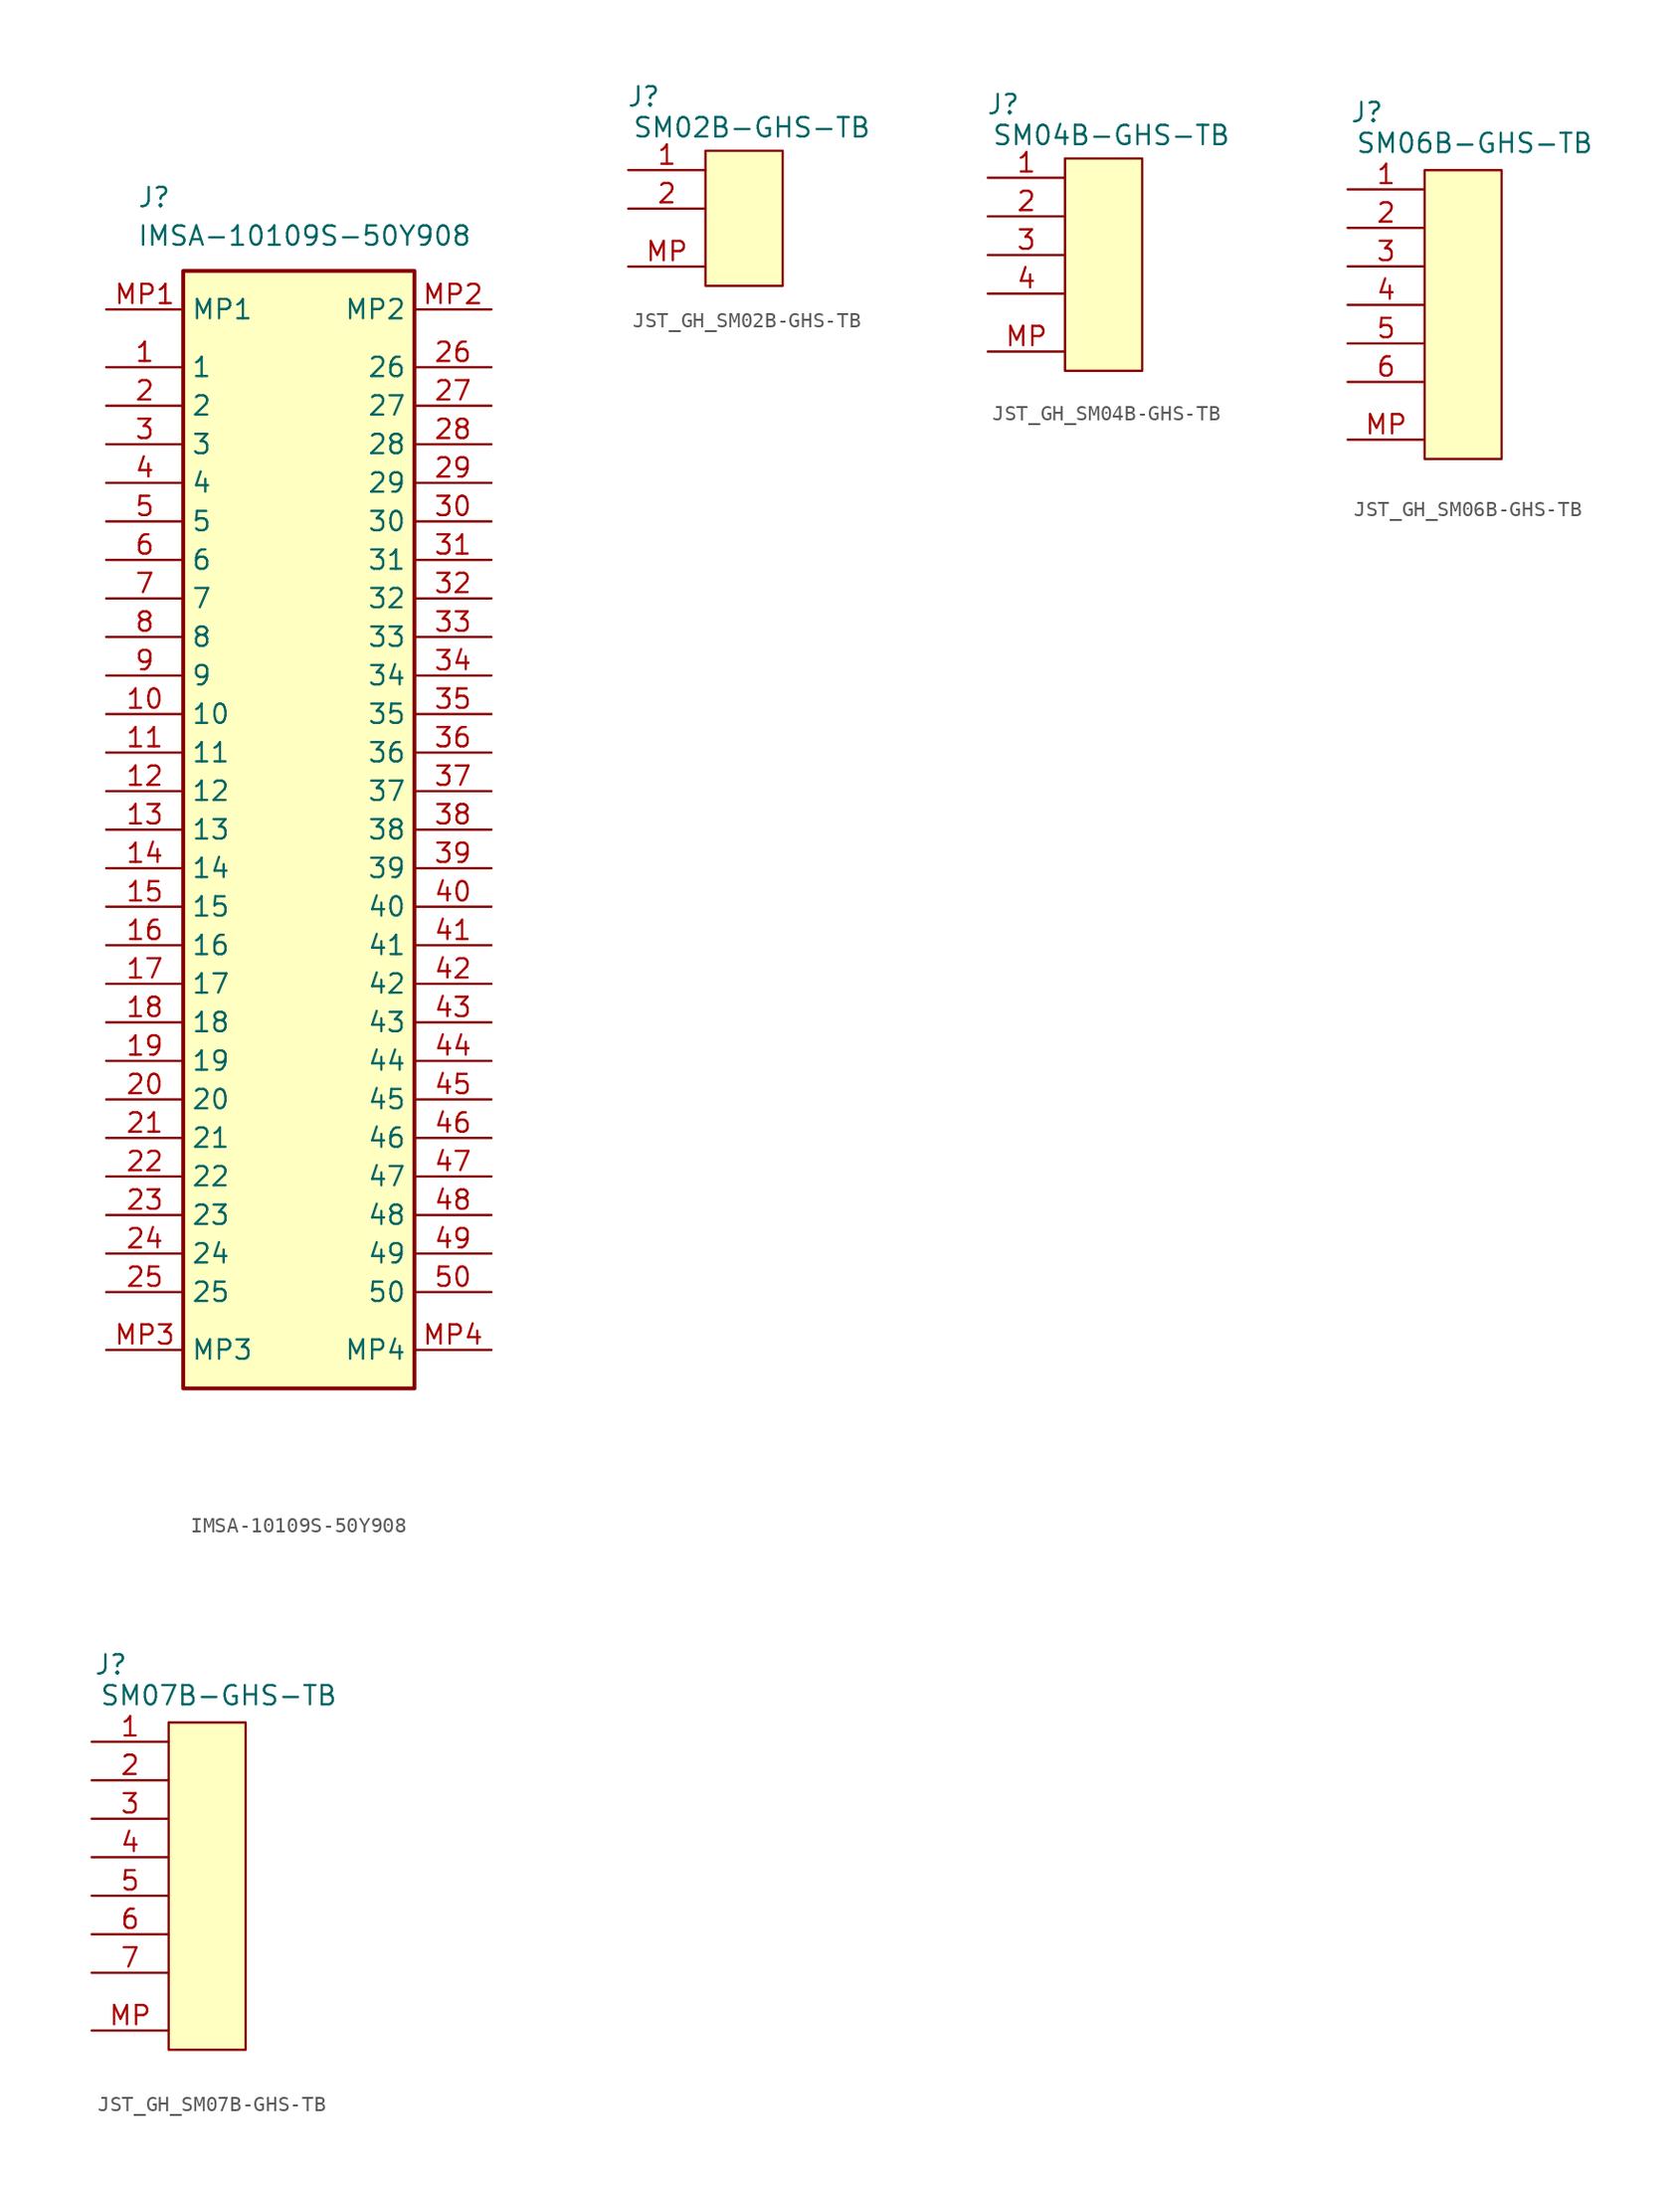
<source format=kicad_sym>
(kicad_symbol_lib
  (version 20241209)
  (generator "kicad_symbol_editor")
  (generator_version "9.0")
  (symbol "IMSA-10109S-50Y908"
    (property "Reference" "J"
      (at 2.032 8.128 0)
      (effects (font (size 1.27 1.27)) (justify left top)))
    (property "Value" "IMSA-10109S-50Y908"
      (at 2.032 5.588 0)
      (effects (font (size 1.27 1.27)) (justify left top)))
    (symbol "IMSA-10109S-50Y908_1_1"
      (rectangle (start 5.08 2.54) (end 20.32 -71.12) (stroke (width 0.254) (type default)) (fill (type background)))
      (pin passive line (at 0 0 0) (length 5.08) (name "MP1" (effects (font (size 1.27 1.27)))) (number "MP1" (effects (font (size 1.27 1.27)))))
      (pin passive line (at 0 -3.81 0) (length 5.08) (name "1" (effects (font (size 1.27 1.27)))) (number "1" (effects (font (size 1.27 1.27)))))
      (pin passive line (at 0 -6.35 0) (length 5.08) (name "2" (effects (font (size 1.27 1.27)))) (number "2" (effects (font (size 1.27 1.27)))))
      (pin passive line (at 0 -8.89 0) (length 5.08) (name "3" (effects (font (size 1.27 1.27)))) (number "3" (effects (font (size 1.27 1.27)))))
      (pin passive line (at 0 -11.43 0) (length 5.08) (name "4" (effects (font (size 1.27 1.27)))) (number "4" (effects (font (size 1.27 1.27)))))
      (pin passive line (at 0 -13.97 0) (length 5.08) (name "5" (effects (font (size 1.27 1.27)))) (number "5" (effects (font (size 1.27 1.27)))))
      (pin passive line (at 0 -16.51 0) (length 5.08) (name "6" (effects (font (size 1.27 1.27)))) (number "6" (effects (font (size 1.27 1.27)))))
      (pin passive line (at 0 -19.05 0) (length 5.08) (name "7" (effects (font (size 1.27 1.27)))) (number "7" (effects (font (size 1.27 1.27)))))
      (pin passive line (at 0 -21.59 0) (length 5.08) (name "8" (effects (font (size 1.27 1.27)))) (number "8" (effects (font (size 1.27 1.27)))))
      (pin passive line (at 0 -24.13 0) (length 5.08) (name "9" (effects (font (size 1.27 1.27)))) (number "9" (effects (font (size 1.27 1.27)))))
      (pin passive line (at 0 -26.67 0) (length 5.08) (name "10" (effects (font (size 1.27 1.27)))) (number "10" (effects (font (size 1.27 1.27)))))
      (pin passive line (at 0 -29.21 0) (length 5.08) (name "11" (effects (font (size 1.27 1.27)))) (number "11" (effects (font (size 1.27 1.27)))))
      (pin passive line (at 0 -31.75 0) (length 5.08) (name "12" (effects (font (size 1.27 1.27)))) (number "12" (effects (font (size 1.27 1.27)))))
      (pin passive line (at 0 -34.29 0) (length 5.08) (name "13" (effects (font (size 1.27 1.27)))) (number "13" (effects (font (size 1.27 1.27)))))
      (pin passive line (at 0 -36.83 0) (length 5.08) (name "14" (effects (font (size 1.27 1.27)))) (number "14" (effects (font (size 1.27 1.27)))))
      (pin passive line (at 0 -39.37 0) (length 5.08) (name "15" (effects (font (size 1.27 1.27)))) (number "15" (effects (font (size 1.27 1.27)))))
      (pin passive line (at 0 -41.91 0) (length 5.08) (name "16" (effects (font (size 1.27 1.27)))) (number "16" (effects (font (size 1.27 1.27)))))
      (pin passive line (at 0 -44.45 0) (length 5.08) (name "17" (effects (font (size 1.27 1.27)))) (number "17" (effects (font (size 1.27 1.27)))))
      (pin passive line (at 0 -46.99 0) (length 5.08) (name "18" (effects (font (size 1.27 1.27)))) (number "18" (effects (font (size 1.27 1.27)))))
      (pin passive line (at 0 -49.53 0) (length 5.08) (name "19" (effects (font (size 1.27 1.27)))) (number "19" (effects (font (size 1.27 1.27)))))
      (pin passive line (at 0 -52.07 0) (length 5.08) (name "20" (effects (font (size 1.27 1.27)))) (number "20" (effects (font (size 1.27 1.27)))))
      (pin passive line (at 0 -54.61 0) (length 5.08) (name "21" (effects (font (size 1.27 1.27)))) (number "21" (effects (font (size 1.27 1.27)))))
      (pin passive line (at 0 -57.15 0) (length 5.08) (name "22" (effects (font (size 1.27 1.27)))) (number "22" (effects (font (size 1.27 1.27)))))
      (pin passive line (at 0 -59.69 0) (length 5.08) (name "23" (effects (font (size 1.27 1.27)))) (number "23" (effects (font (size 1.27 1.27)))))
      (pin passive line (at 0 -62.23 0) (length 5.08) (name "24" (effects (font (size 1.27 1.27)))) (number "24" (effects (font (size 1.27 1.27)))))
      (pin passive line (at 0 -64.77 0) (length 5.08) (name "25" (effects (font (size 1.27 1.27)))) (number "25" (effects (font (size 1.27 1.27)))))
      (pin passive line (at 0 -68.58 0) (length 5.08) (name "MP3" (effects (font (size 1.27 1.27)))) (number "MP3" (effects (font (size 1.27 1.27)))))
      (pin passive line (at 25.4 0 180) (length 5.08) (name "MP2" (effects (font (size 1.27 1.27)))) (number "MP2" (effects (font (size 1.27 1.27)))))
      (pin passive line (at 25.4 -3.81 180) (length 5.08) (name "26" (effects (font (size 1.27 1.27)))) (number "26" (effects (font (size 1.27 1.27)))))
      (pin passive line (at 25.4 -6.35 180) (length 5.08) (name "27" (effects (font (size 1.27 1.27)))) (number "27" (effects (font (size 1.27 1.27)))))
      (pin passive line (at 25.4 -8.89 180) (length 5.08) (name "28" (effects (font (size 1.27 1.27)))) (number "28" (effects (font (size 1.27 1.27)))))
      (pin passive line (at 25.4 -11.43 180) (length 5.08) (name "29" (effects (font (size 1.27 1.27)))) (number "29" (effects (font (size 1.27 1.27)))))
      (pin passive line (at 25.4 -13.97 180) (length 5.08) (name "30" (effects (font (size 1.27 1.27)))) (number "30" (effects (font (size 1.27 1.27)))))
      (pin passive line (at 25.4 -16.51 180) (length 5.08) (name "31" (effects (font (size 1.27 1.27)))) (number "31" (effects (font (size 1.27 1.27)))))
      (pin passive line (at 25.4 -19.05 180) (length 5.08) (name "32" (effects (font (size 1.27 1.27)))) (number "32" (effects (font (size 1.27 1.27)))))
      (pin passive line (at 25.4 -21.59 180) (length 5.08) (name "33" (effects (font (size 1.27 1.27)))) (number "33" (effects (font (size 1.27 1.27)))))
      (pin passive line (at 25.4 -24.13 180) (length 5.08) (name "34" (effects (font (size 1.27 1.27)))) (number "34" (effects (font (size 1.27 1.27)))))
      (pin passive line (at 25.4 -26.67 180) (length 5.08) (name "35" (effects (font (size 1.27 1.27)))) (number "35" (effects (font (size 1.27 1.27)))))
      (pin passive line (at 25.4 -29.21 180) (length 5.08) (name "36" (effects (font (size 1.27 1.27)))) (number "36" (effects (font (size 1.27 1.27)))))
      (pin passive line (at 25.4 -31.75 180) (length 5.08) (name "37" (effects (font (size 1.27 1.27)))) (number "37" (effects (font (size 1.27 1.27)))))
      (pin passive line (at 25.4 -34.29 180) (length 5.08) (name "38" (effects (font (size 1.27 1.27)))) (number "38" (effects (font (size 1.27 1.27)))))
      (pin passive line (at 25.4 -36.83 180) (length 5.08) (name "39" (effects (font (size 1.27 1.27)))) (number "39" (effects (font (size 1.27 1.27)))))
      (pin passive line (at 25.4 -39.37 180) (length 5.08) (name "40" (effects (font (size 1.27 1.27)))) (number "40" (effects (font (size 1.27 1.27)))))
      (pin passive line (at 25.4 -41.91 180) (length 5.08) (name "41" (effects (font (size 1.27 1.27)))) (number "41" (effects (font (size 1.27 1.27)))))
      (pin passive line (at 25.4 -44.45 180) (length 5.08) (name "42" (effects (font (size 1.27 1.27)))) (number "42" (effects (font (size 1.27 1.27)))))
      (pin passive line (at 25.4 -46.99 180) (length 5.08) (name "43" (effects (font (size 1.27 1.27)))) (number "43" (effects (font (size 1.27 1.27)))))
      (pin passive line (at 25.4 -49.53 180) (length 5.08) (name "44" (effects (font (size 1.27 1.27)))) (number "44" (effects (font (size 1.27 1.27)))))
      (pin passive line (at 25.4 -52.07 180) (length 5.08) (name "45" (effects (font (size 1.27 1.27)))) (number "45" (effects (font (size 1.27 1.27)))))
      (pin passive line (at 25.4 -54.61 180) (length 5.08) (name "46" (effects (font (size 1.27 1.27)))) (number "46" (effects (font (size 1.27 1.27)))))
      (pin passive line (at 25.4 -57.15 180) (length 5.08) (name "47" (effects (font (size 1.27 1.27)))) (number "47" (effects (font (size 1.27 1.27)))))
      (pin passive line (at 25.4 -59.69 180) (length 5.08) (name "48" (effects (font (size 1.27 1.27)))) (number "48" (effects (font (size 1.27 1.27)))))
      (pin passive line (at 25.4 -62.23 180) (length 5.08) (name "49" (effects (font (size 1.27 1.27)))) (number "49" (effects (font (size 1.27 1.27)))))
      (pin passive line (at 25.4 -64.77 180) (length 5.08) (name "50" (effects (font (size 1.27 1.27)))) (number "50" (effects (font (size 1.27 1.27)))))
      (pin passive line (at 25.4 -68.58 180) (length 5.08) (name "MP4" (effects (font (size 1.27 1.27)))) (number "MP4" (effects (font (size 1.27 1.27)))))))
  (symbol "JST_GH_SM02B-GHS-TB"
    (pin_names
      (hide yes))
    (property "Reference" "J"
      (at 1.016 4.826 0)
      (effects (font (size 1.27 1.27))))
    (property "Value" "SM02B-GHS-TB"
      (at 8.128 2.794 0)
      (effects (font (size 1.27 1.27))))
    (symbol "JST_GH_SM02B-GHS-TB_1_1"
      (rectangle (start 5.08 1.27) (end 10.16 -7.62) (stroke (width 0) (type default)) (fill (type background)))
      (pin passive line (at 0 0 0) (length 5.08) (name "1" (effects (font (size 1.27 1.27)))) (number "1" (effects (font (size 1.27 1.27)))))
      (pin passive line (at 0 -2.54 0) (length 5.08) (name "1" (effects (font (size 1.27 1.27)))) (number "2" (effects (font (size 1.27 1.27)))))
      (pin passive line (at 0 -6.35 0) (length 5.08) (name "MP" (effects (font (size 1.27 1.27)))) (number "MP" (effects (font (size 1.27 1.27)))))))
  (symbol "JST_GH_SM04B-GHS-TB"
    (pin_names
      (hide yes))
    (property "Reference" "J"
      (at 1.016 4.826 0)
      (effects (font (size 1.27 1.27))))
    (property "Value" "SM04B-GHS-TB"
      (at 8.128 2.794 0)
      (effects (font (size 1.27 1.27))))
    (symbol "JST_GH_SM04B-GHS-TB_1_1"
      (rectangle (start 5.08 1.27) (end 10.16 -12.7) (stroke (width 0) (type default)) (fill (type background)))
      (pin passive line (at 0 0 0) (length 5.08) (name "1" (effects (font (size 1.27 1.27)))) (number "1" (effects (font (size 1.27 1.27)))))
      (pin passive line (at 0 -2.54 0) (length 5.08) (name "1" (effects (font (size 1.27 1.27)))) (number "2" (effects (font (size 1.27 1.27)))))
      (pin passive line (at 0 -5.08 0) (length 5.08) (name "1" (effects (font (size 1.27 1.27)))) (number "3" (effects (font (size 1.27 1.27)))))
      (pin passive line (at 0 -7.62 0) (length 5.08) (name "1" (effects (font (size 1.27 1.27)))) (number "4" (effects (font (size 1.27 1.27)))))
      (pin passive line (at 0 -11.43 0) (length 5.08) (name "MP" (effects (font (size 1.27 1.27)))) (number "MP" (effects (font (size 1.27 1.27)))))))
  (symbol "JST_GH_SM06B-GHS-TB"
    (pin_names
      (hide yes))
    (property "Reference" "J"
      (at 1.27 5.08 0)
      (effects (font (size 1.27 1.27))))
    (property "Value" "SM06B-GHS-TB"
      (at 8.382 3.048 0)
      (effects (font (size 1.27 1.27))))
    (symbol "JST_GH_SM06B-GHS-TB_1_1"
      (rectangle (start 5.08 1.27) (end 10.16 -17.78) (stroke (width 0) (type default)) (fill (type background)))
      (pin passive line (at 0 0 0) (length 5.08) (name "1" (effects (font (size 1.27 1.27)))) (number "1" (effects (font (size 1.27 1.27)))))
      (pin passive line (at 0 -2.54 0) (length 5.08) (name "1" (effects (font (size 1.27 1.27)))) (number "2" (effects (font (size 1.27 1.27)))))
      (pin passive line (at 0 -5.08 0) (length 5.08) (name "1" (effects (font (size 1.27 1.27)))) (number "3" (effects (font (size 1.27 1.27)))))
      (pin passive line (at 0 -7.62 0) (length 5.08) (name "1" (effects (font (size 1.27 1.27)))) (number "4" (effects (font (size 1.27 1.27)))))
      (pin passive line (at 0 -10.16 0) (length 5.08) (name "1" (effects (font (size 1.27 1.27)))) (number "5" (effects (font (size 1.27 1.27)))))
      (pin passive line (at 0 -12.7 0) (length 5.08) (name "1" (effects (font (size 1.27 1.27)))) (number "6" (effects (font (size 1.27 1.27)))))
      (pin passive line (at 0 -16.51 0) (length 5.08) (name "MP" (effects (font (size 1.27 1.27)))) (number "MP" (effects (font (size 1.27 1.27)))))))
  (symbol "JST_GH_SM07B-GHS-TB"
    (pin_names
      (hide yes))
    (property "Reference" "J"
      (at 1.27 5.08 0)
      (effects (font (size 1.27 1.27))))
    (property "Value" "SM07B-GHS-TB"
      (at 8.382 3.048 0)
      (effects (font (size 1.27 1.27))))
    (symbol "JST_GH_SM07B-GHS-TB_1_1"
      (rectangle (start 5.08 1.27) (end 10.16 -20.32) (stroke (width 0) (type default)) (fill (type background)))
      (pin passive line (at 0 0 0) (length 5.08) (name "1" (effects (font (size 1.27 1.27)))) (number "1" (effects (font (size 1.27 1.27)))))
      (pin passive line (at 0 -2.54 0) (length 5.08) (name "1" (effects (font (size 1.27 1.27)))) (number "2" (effects (font (size 1.27 1.27)))))
      (pin passive line (at 0 -5.08 0) (length 5.08) (name "1" (effects (font (size 1.27 1.27)))) (number "3" (effects (font (size 1.27 1.27)))))
      (pin passive line (at 0 -7.62 0) (length 5.08) (name "1" (effects (font (size 1.27 1.27)))) (number "4" (effects (font (size 1.27 1.27)))))
      (pin passive line (at 0 -10.16 0) (length 5.08) (name "1" (effects (font (size 1.27 1.27)))) (number "5" (effects (font (size 1.27 1.27)))))
      (pin passive line (at 0 -12.7 0) (length 5.08) (name "1" (effects (font (size 1.27 1.27)))) (number "6" (effects (font (size 1.27 1.27)))))
      (pin passive line (at 0 -15.24 0) (length 5.08) (name "1" (effects (font (size 1.27 1.27)))) (number "7" (effects (font (size 1.27 1.27)))))
      (pin passive line (at 0 -19.05 0) (length 5.08) (name "MP" (effects (font (size 1.27 1.27)))) (number "MP" (effects (font (size 1.27 1.27))))))))
</source>
